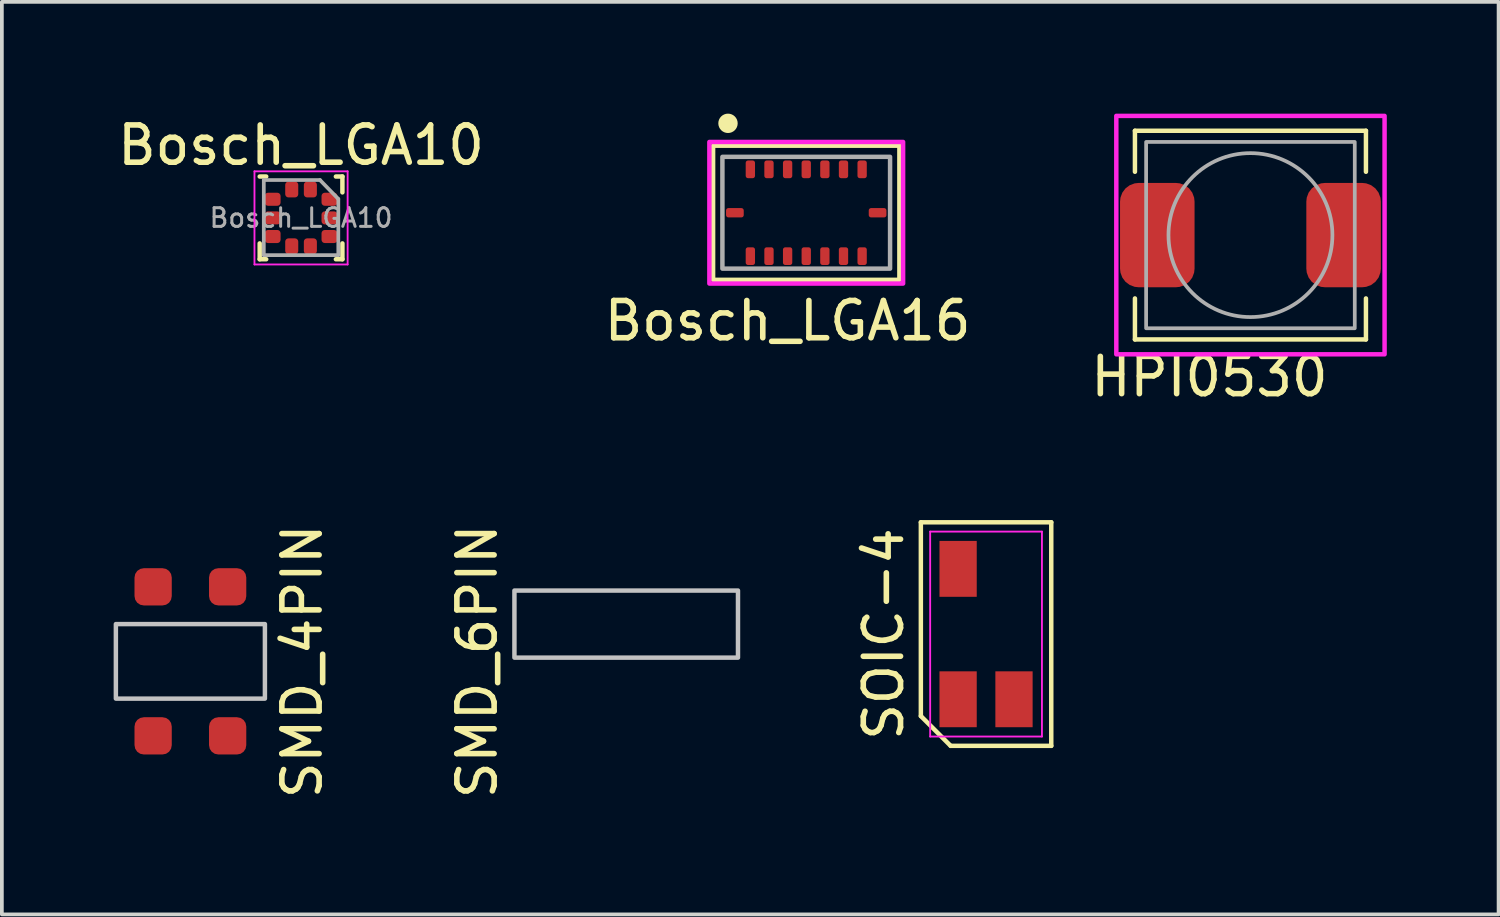
<source format=kicad_pcb>
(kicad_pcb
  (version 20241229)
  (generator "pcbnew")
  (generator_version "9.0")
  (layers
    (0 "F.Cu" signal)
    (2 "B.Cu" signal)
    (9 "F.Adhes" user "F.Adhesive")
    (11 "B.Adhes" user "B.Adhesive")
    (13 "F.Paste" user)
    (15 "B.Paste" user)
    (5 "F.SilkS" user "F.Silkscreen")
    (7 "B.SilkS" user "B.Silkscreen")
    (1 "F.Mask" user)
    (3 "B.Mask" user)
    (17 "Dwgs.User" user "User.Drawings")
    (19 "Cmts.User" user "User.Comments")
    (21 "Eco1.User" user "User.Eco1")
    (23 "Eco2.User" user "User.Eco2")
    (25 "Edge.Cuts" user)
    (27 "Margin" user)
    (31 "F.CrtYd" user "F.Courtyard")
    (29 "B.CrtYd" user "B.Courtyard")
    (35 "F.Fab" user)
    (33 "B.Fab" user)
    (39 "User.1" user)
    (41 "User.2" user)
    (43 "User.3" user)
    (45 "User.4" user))
  (footprint "SMD_4PIN"
    (layer "F.Cu")
    (at 2.06 14.7)
    (property "Reference" "SMD_4PIN" (at 3 0 90) (unlocked yes) (layer "F.SilkS") (effects (font (size 1 1) (thickness 0.15))))
    (attr smd)
    (fp_rect (start -2 -1) (end 2 1) (stroke (width 0.12) (type default)) (fill no) (layer "Dwgs.User"))
    (pad "1" smd roundrect (at -1 2) (size 1 1) (layers "F.Cu" "F.Mask" "F.Paste") (roundrect_rratio 0.25))
    (pad "2" smd roundrect (at -1 -2) (size 1 1) (layers "F.Cu" "F.Mask" "F.Paste") (roundrect_rratio 0.25))
    (pad "3" smd roundrect (at 1 -2) (size 1 1) (layers "F.Cu" "F.Mask" "F.Paste") (roundrect_rratio 0.25))
    (pad "4" smd roundrect (at 1 2) (size 1 1) (layers "F.Cu" "F.Mask" "F.Paste") (roundrect_rratio 0.25)))
  (footprint "Bosch_LGA10"
    (layer "F.Cu")
    (at 5.03 2.798)
    (property "Reference" "Bosch_LGA10" (at 0 -1.95 0) (layer "F.SilkS") (effects (font (size 1 1) (thickness 0.15))))
    (attr smd)
    (fp_line (start -1.11 1.11) (end -1.11 0.685) (stroke (width 0.12) (type solid)) (layer "F.SilkS"))
    (fp_line (start -0.935 -1.11) (end -1.11 -1.11) (stroke (width 0.12) (type solid)) (layer "F.SilkS"))
    (fp_line (start -0.935 1.11) (end -1.11 1.11) (stroke (width 0.12) (type solid)) (layer "F.SilkS"))
    (fp_line (start 0.935 -1.11) (end 1.11 -1.11) (stroke (width 0.12) (type solid)) (layer "F.SilkS"))
    (fp_line (start 0.935 1.11) (end 1.11 1.11) (stroke (width 0.12) (type solid)) (layer "F.SilkS"))
    (fp_line (start 1.11 -1.11) (end 1.11 -0.685) (stroke (width 0.12) (type solid)) (layer "F.SilkS"))
    (fp_line (start 1.11 1.11) (end 1.11 0.685) (stroke (width 0.12) (type solid)) (layer "F.SilkS"))
    (fp_line (start -1.25 -1.25) (end -1.25 1.25) (stroke (width 0.05) (type solid)) (layer "F.CrtYd"))
    (fp_line (start -1.25 1.25) (end 1.25 1.25) (stroke (width 0.05) (type solid)) (layer "F.CrtYd"))
    (fp_line (start 1.25 -1.25) (end -1.25 -1.25) (stroke (width 0.05) (type solid)) (layer "F.CrtYd"))
    (fp_line (start 1.25 1.25) (end 1.25 -1.25) (stroke (width 0.05) (type solid)) (layer "F.CrtYd"))
    (fp_line (start -1 -1.016) (end 0.508 -1.016) (stroke (width 0.1) (type solid)) (layer "F.Fab"))
    (fp_line (start -1 1) (end -1 -1.016) (stroke (width 0.1) (type solid)) (layer "F.Fab"))
    (fp_line (start 0.508 -1.016) (end 1 -0.508) (stroke (width 0.1) (type solid)) (layer "F.Fab"))
    (fp_line (start 1 -0.508) (end 1 1) (stroke (width 0.1) (type solid)) (layer "F.Fab"))
    (fp_line (start 1 1) (end -1 1) (stroke (width 0.1) (type solid)) (layer "F.Fab"))
    (fp_text user "${REFERENCE}" (at 0 0 0) (layer "F.Fab") (effects (font (size 0.5 0.5) (thickness 0.08))))
    (pad "1" smd roundrect (at 0.25 -0.762 270) (size 0.425 0.35) (layers "F.Cu" "F.Mask" "F.Paste") (roundrect_rratio 0.25))
    (pad "2" smd roundrect (at -0.25 -0.762 270) (size 0.425 0.35) (layers "F.Cu" "F.Mask" "F.Paste") (roundrect_rratio 0.25))
    (pad "3" smd roundrect (at -0.762 -0.5 270) (size 0.35 0.425) (layers "F.Cu" "F.Mask" "F.Paste") (roundrect_rratio 0.25))
    (pad "4" smd roundrect (at -0.762 0 270) (size 0.35 0.425) (layers "F.Cu" "F.Mask" "F.Paste") (roundrect_rratio 0.25))
    (pad "5" smd roundrect (at -0.762 0.5 270) (size 0.35 0.425) (layers "F.Cu" "F.Mask" "F.Paste") (roundrect_rratio 0.25))
    (pad "6" smd roundrect (at -0.25 0.762 270) (size 0.425 0.35) (layers "F.Cu" "F.Mask" "F.Paste") (roundrect_rratio 0.25))
    (pad "7" smd roundrect (at 0.25 0.762 270) (size 0.425 0.35) (layers "F.Cu" "F.Mask" "F.Paste") (roundrect_rratio 0.25))
    (pad "8" smd roundrect (at 0.762 0.5 270) (size 0.35 0.425) (layers "F.Cu" "F.Mask" "F.Paste") (roundrect_rratio 0.25))
    (pad "9" smd roundrect (at 0.762 0 270) (size 0.35 0.425) (layers "F.Cu" "F.Mask" "F.Paste") (roundrect_rratio 0.25))
    (pad "10" smd roundrect (at 0.762 -0.5 270) (size 0.35 0.425) (layers "F.Cu" "F.Mask" "F.Paste") (roundrect_rratio 0.25)))
  (footprint "Bosch_LGA16"
    (layer "F.Cu")
    (at 18.589 2.66)
    (property "Reference" "Bosch_LGA16" (at -0.5 2.9 0) (unlocked yes) (layer "F.SilkS") (effects (font (size 1 1) (thickness 0.15))))
    (attr smd)
    (fp_rect (start -2.5 -1.8) (end 2.5 1.8) (stroke (width 0.12) (type default)) (fill no) (layer "F.SilkS"))
    (fp_circle (center -2.1 -2.4) (end -1.9 -2.4) (stroke (width 0.12) (type solid)) (fill yes) (layer "F.SilkS"))
    (fp_rect (start -2.6 -1.9) (end 2.6 1.9) (stroke (width 0.12) (type default)) (fill no) (layer "F.CrtYd"))
    (fp_rect (start -2.25 -1.5) (end 2.25 1.5) (stroke (width 0.12) (type default)) (fill no) (layer "F.Fab"))
    (pad "1" smd roundrect (at -1.5 -1.165 180) (size 0.25 0.475) (layers "F.Cu" "F.Mask" "F.Paste") (roundrect_rratio 0.25))
    (pad "2" smd roundrect (at -1 -1.165 180) (size 0.25 0.475) (layers "F.Cu" "F.Mask" "F.Paste") (roundrect_rratio 0.25))
    (pad "3" smd roundrect (at -0.5 -1.165 180) (size 0.25 0.475) (layers "F.Cu" "F.Mask" "F.Paste") (roundrect_rratio 0.25))
    (pad "4" smd roundrect (at 0 -1.165 180) (size 0.25 0.475) (layers "F.Cu" "F.Mask" "F.Paste") (roundrect_rratio 0.25))
    (pad "5" smd roundrect (at 0.5 -1.165 180) (size 0.25 0.475) (layers "F.Cu" "F.Mask" "F.Paste") (roundrect_rratio 0.25))
    (pad "6" smd roundrect (at 1 -1.165 180) (size 0.25 0.475) (layers "F.Cu" "F.Mask" "F.Paste") (roundrect_rratio 0.25))
    (pad "7" smd roundrect (at 1.5 -1.165 180) (size 0.25 0.475) (layers "F.Cu" "F.Mask" "F.Paste") (roundrect_rratio 0.25))
    (pad "8" smd roundrect (at 1.915 0 90) (size 0.25 0.475) (layers "F.Cu" "F.Mask" "F.Paste") (roundrect_rratio 0.25))
    (pad "9" smd roundrect (at 1.5 1.165) (size 0.25 0.475) (layers "F.Cu" "F.Mask" "F.Paste") (roundrect_rratio 0.25))
    (pad "10" smd roundrect (at 1 1.165) (size 0.25 0.475) (layers "F.Cu" "F.Mask" "F.Paste") (roundrect_rratio 0.25))
    (pad "11" smd roundrect (at 0.5 1.165) (size 0.25 0.475) (layers "F.Cu" "F.Mask" "F.Paste") (roundrect_rratio 0.25))
    (pad "12" smd roundrect (at 0 1.165) (size 0.25 0.475) (layers "F.Cu" "F.Mask" "F.Paste") (roundrect_rratio 0.25))
    (pad "13" smd roundrect (at -0.5 1.165) (size 0.25 0.475) (layers "F.Cu" "F.Mask" "F.Paste") (roundrect_rratio 0.25))
    (pad "14" smd roundrect (at -1 1.165) (size 0.25 0.475) (layers "F.Cu" "F.Mask" "F.Paste") (roundrect_rratio 0.25))
    (pad "15" smd roundrect (at -1.5 1.165) (size 0.25 0.475) (layers "F.Cu" "F.Mask" "F.Paste") (roundrect_rratio 0.25))
    (pad "16" smd roundrect (at -1.915 0 90) (size 0.25 0.475) (layers "F.Cu" "F.Mask" "F.Paste") (roundrect_rratio 0.25)))
  (footprint "SMD_6PIN"
    (layer "F.Cu")
    (at 13.757 13.7)
    (property "Reference" "SMD_6PIN" (at -4 1 90) (unlocked yes) (layer "F.SilkS") (effects (font (size 1 1) (thickness 0.15))))
    (attr smd)
    (fp_rect (start -3 -0.9) (end 3 0.9) (stroke (width 0.12) (type default)) (fill no) (layer "Dwgs.User")))
  (footprint "SOIC-4"
    (layer "F.Cu")
    (at 23.415 13.968)
    (property "Reference" "SOIC-4" (at -2.75 0 90) (layer "F.SilkS") (effects (font (size 1 1) (thickness 0.15))))
    (attr smd)
    (fp_line (start -1.75 -3) (end 1.75 -3) (stroke (width 0.12) (type default)) (layer "F.SilkS"))
    (fp_line (start -1.75 2.2) (end -1.75 -3) (stroke (width 0.12) (type default)) (layer "F.SilkS"))
    (fp_line (start -0.95 3) (end -1.75 2.2) (stroke (width 0.12) (type default)) (layer "F.SilkS"))
    (fp_line (start 1.75 -3) (end 1.75 3) (stroke (width 0.12) (type default)) (layer "F.SilkS"))
    (fp_line (start 1.75 3) (end -0.95 3) (stroke (width 0.12) (type default)) (layer "F.SilkS"))
    (fp_line (start -1.5 -2.75) (end 1.5 -2.75) (stroke (width 0.05) (type default)) (layer "F.CrtYd"))
    (fp_line (start -1.5 2.75) (end -1.5 -2.75) (stroke (width 0.05) (type default)) (layer "F.CrtYd"))
    (fp_line (start 1.5 -2.75) (end 1.5 2.75) (stroke (width 0.05) (type default)) (layer "F.CrtYd"))
    (fp_line (start 1.5 2.75) (end -1.5 2.75) (stroke (width 0.05) (type default)) (layer "F.CrtYd"))
    (pad "1" smd rect (at -0.75 1.75) (size 1 1.5) (layers "F.Cu" "F.Mask" "F.Paste"))
    (pad "2" smd rect (at 0.75 1.75) (size 1 1.5) (layers "F.Cu" "F.Mask" "F.Paste"))
    (pad "3" smd rect (at -0.75 -1.75) (size 1 1.5) (layers "F.Cu" "F.Mask" "F.Paste")))
  (footprint "HPI0530"
    (layer "F.Cu")
    (at 30.511 3.26)
    (property "Reference" "HPI0530" (at -1.1 3.8 0) (unlocked yes) (layer "F.SilkS") (effects (font (size 1 1) (thickness 0.15))))
    (attr smd)
    (fp_line (start -3.1 -2.8) (end 3.1 -2.8) (stroke (width 0.12) (type default)) (layer "F.SilkS"))
    (fp_line (start -3.1 -1.7) (end -3.1 -2.8) (stroke (width 0.12) (type default)) (layer "F.SilkS"))
    (fp_line (start -3.1 1.7) (end -3.1 2.8) (stroke (width 0.12) (type default)) (layer "F.SilkS"))
    (fp_line (start -3.1 2.8) (end 3.1 2.8) (stroke (width 0.12) (type default)) (layer "F.SilkS"))
    (fp_line (start 3.1 -2.8) (end 3.1 -1.7) (stroke (width 0.12) (type default)) (layer "F.SilkS"))
    (fp_line (start 3.1 2.8) (end 3.1 1.7) (stroke (width 0.12) (type default)) (layer "F.SilkS"))
    (fp_rect (start -3.6 -3.2) (end 3.6 3.2) (stroke (width 0.12) (type default)) (fill no) (layer "F.CrtYd"))
    (fp_rect (start -2.8 -2.5) (end 2.8 2.5) (stroke (width 0.1) (type default)) (fill no) (layer "F.Fab"))
    (fp_circle (center 0 0) (end 2.2 0) (stroke (width 0.1) (type default)) (fill no) (layer "F.Fab"))
    (pad "1" smd roundrect (at -2.5 0) (size 2 2.8) (layers "F.Cu" "F.Mask" "F.Paste") (roundrect_rratio 0.25))
    (pad "2" smd roundrect (at 2.5 0) (size 2 2.8) (layers "F.Cu" "F.Mask" "F.Paste") (roundrect_rratio 0.25)))
  (gr_rect
    (start -3 -3)
    (end 37.171 21.492)
    (stroke (width 0.1) (type default))
    (fill no)
    (layer "Edge.Cuts")))
</source>
